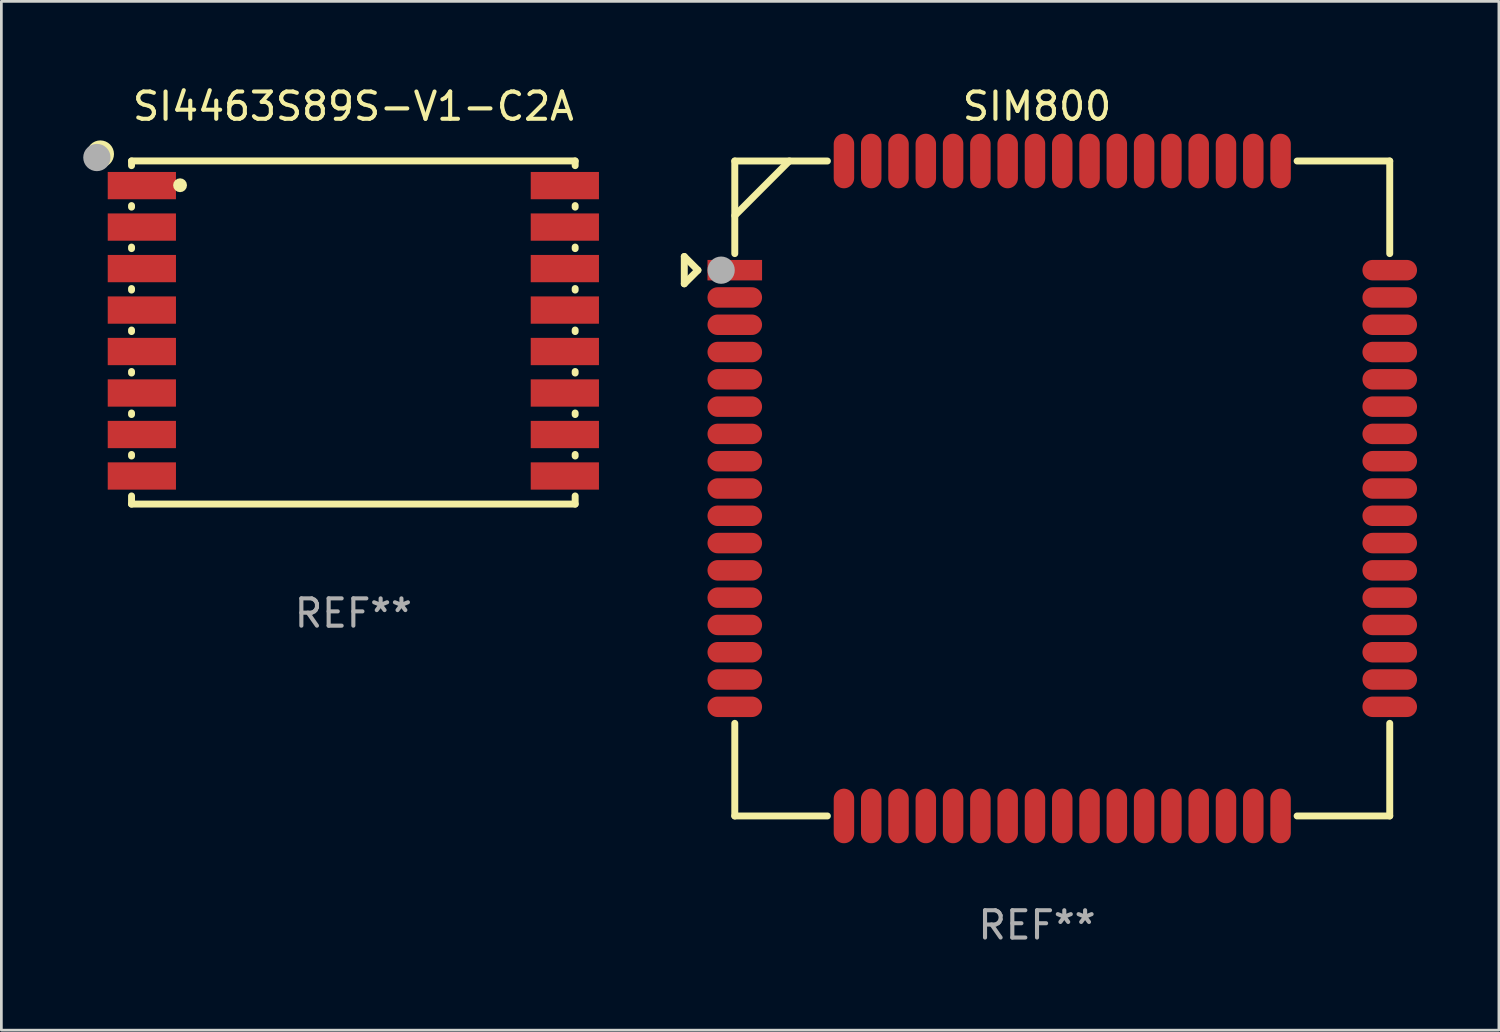
<source format=kicad_pcb>
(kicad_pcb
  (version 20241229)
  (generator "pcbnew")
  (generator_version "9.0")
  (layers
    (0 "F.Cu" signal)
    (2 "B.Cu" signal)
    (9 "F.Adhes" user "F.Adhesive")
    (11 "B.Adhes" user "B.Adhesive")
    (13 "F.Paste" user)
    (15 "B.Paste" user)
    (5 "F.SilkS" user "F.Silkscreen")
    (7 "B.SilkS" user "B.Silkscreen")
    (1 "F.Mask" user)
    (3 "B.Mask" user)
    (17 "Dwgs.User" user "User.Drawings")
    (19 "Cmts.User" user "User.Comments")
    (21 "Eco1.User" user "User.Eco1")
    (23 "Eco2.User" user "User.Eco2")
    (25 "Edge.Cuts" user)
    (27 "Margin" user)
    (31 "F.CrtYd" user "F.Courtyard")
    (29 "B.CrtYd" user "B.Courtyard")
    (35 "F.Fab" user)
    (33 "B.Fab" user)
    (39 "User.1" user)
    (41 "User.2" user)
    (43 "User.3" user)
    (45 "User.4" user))
  (footprint "SI4463S89S-V1-C2A"
    (layer "F.Cu")
    (at 9.898 9.135)
    (property "Reference" "SI4463S89S-V1-C2A" (at 0 -8.287 0) (layer "F.SilkS") (effects (font (size 1 1) (thickness 0.15))))
    (attr through_hole)
    (fp_line (start -8.128 -6.287) (end 8.128 -6.287) (stroke (width 0.254) (type solid)) (layer "F.SilkS"))
    (fp_line (start -8.128 -6.115) (end -8.128 -6.287) (stroke (width 0.254) (type solid)) (layer "F.SilkS"))
    (fp_line (start -8.128 -4.595) (end -8.128 -4.652) (stroke (width 0.254) (type solid)) (layer "F.SilkS"))
    (fp_line (start -8.128 -3.075) (end -8.128 -3.132) (stroke (width 0.254) (type solid)) (layer "F.SilkS"))
    (fp_line (start -8.128 -1.555) (end -8.128 -1.612) (stroke (width 0.254) (type solid)) (layer "F.SilkS"))
    (fp_line (start -8.128 -0.035) (end -8.128 -0.092) (stroke (width 0.254) (type solid)) (layer "F.SilkS"))
    (fp_line (start -8.128 1.485) (end -8.128 1.428) (stroke (width 0.254) (type solid)) (layer "F.SilkS"))
    (fp_line (start -8.128 3.005) (end -8.128 2.948) (stroke (width 0.254) (type solid)) (layer "F.SilkS"))
    (fp_line (start -8.128 4.525) (end -8.128 4.468) (stroke (width 0.254) (type solid)) (layer "F.SilkS"))
    (fp_line (start -8.128 6.287) (end -8.128 5.988) (stroke (width 0.254) (type solid)) (layer "F.SilkS"))
    (fp_line (start 8.128 -6.287) (end 8.128 -6.115) (stroke (width 0.254) (type solid)) (layer "F.SilkS"))
    (fp_line (start 8.128 -4.652) (end 8.128 -4.595) (stroke (width 0.254) (type solid)) (layer "F.SilkS"))
    (fp_line (start 8.128 -3.132) (end 8.128 -3.075) (stroke (width 0.254) (type solid)) (layer "F.SilkS"))
    (fp_line (start 8.128 -1.612) (end 8.128 -1.555) (stroke (width 0.254) (type solid)) (layer "F.SilkS"))
    (fp_line (start 8.128 -0.092) (end 8.128 -0.035) (stroke (width 0.254) (type solid)) (layer "F.SilkS"))
    (fp_line (start 8.128 1.428) (end 8.128 1.485) (stroke (width 0.254) (type solid)) (layer "F.SilkS"))
    (fp_line (start 8.128 2.948) (end 8.128 3.005) (stroke (width 0.254) (type solid)) (layer "F.SilkS"))
    (fp_line (start 8.128 4.468) (end 8.128 4.525) (stroke (width 0.254) (type solid)) (layer "F.SilkS"))
    (fp_line (start 8.128 5.988) (end 8.128 6.287) (stroke (width 0.254) (type solid)) (layer "F.SilkS"))
    (fp_line (start 8.128 6.287) (end -8.128 6.287) (stroke (width 0.254) (type solid)) (layer "F.SilkS"))
    (fp_circle (center -9.271 -6.54) (end -9.021 -6.54) (stroke (width 0.5) (type solid)) (fill no) (layer "F.SilkS"))
    (fp_circle (center -8 -6.313) (end -7.97 -6.313) (stroke (width 0.06) (type solid)) (fill no) (layer "F.SilkS"))
    (fp_circle (center -6.35 -5.397) (end -6.223 -5.397) (stroke (width 0.254) (type solid)) (fill no) (layer "F.SilkS"))
    (fp_circle (center -9.398 -6.413) (end -9.148 -6.413) (stroke (width 0.5) (type solid)) (fill no) (layer "F.Fab"))
    (fp_text user "REF**" (at 0 10.287 0) (layer "F.Fab") (effects (font (size 1 1) (thickness 0.15))))
    (pad "1" smd rect (at -7.75 -5.384) (size 2.5 1) (layers "F.Cu" "F.Mask" "F.Paste"))
    (pad "2" smd rect (at -7.75 -3.864) (size 2.5 1) (layers "F.Cu" "F.Mask" "F.Paste"))
    (pad "3" smd rect (at -7.75 -2.343) (size 2.5 1) (layers "F.Cu" "F.Mask" "F.Paste"))
    (pad "4" smd rect (at -7.75 -0.823) (size 2.5 1) (layers "F.Cu" "F.Mask" "F.Paste"))
    (pad "5" smd rect (at -7.75 0.696) (size 2.5 1) (layers "F.Cu" "F.Mask" "F.Paste"))
    (pad "6" smd rect (at -7.75 2.216) (size 2.5 1) (layers "F.Cu" "F.Mask" "F.Paste"))
    (pad "7" smd rect (at -7.75 3.737) (size 2.5 1) (layers "F.Cu" "F.Mask" "F.Paste"))
    (pad "8" smd rect (at -7.75 5.257) (size 2.5 1) (layers "F.Cu" "F.Mask" "F.Paste"))
    (pad "9" smd rect (at 7.75 5.257) (size 2.5 1) (layers "F.Cu" "F.Mask" "F.Paste"))
    (pad "10" smd rect (at 7.75 3.737) (size 2.5 1) (layers "F.Cu" "F.Mask" "F.Paste"))
    (pad "11" smd rect (at 7.75 2.216) (size 2.5 1) (layers "F.Cu" "F.Mask" "F.Paste"))
    (pad "12" smd rect (at 7.75 0.696) (size 2.5 1) (layers "F.Cu" "F.Mask" "F.Paste"))
    (pad "13" smd rect (at 7.75 -0.823) (size 2.5 1) (layers "F.Cu" "F.Mask" "F.Paste"))
    (pad "14" smd rect (at 7.75 -2.343) (size 2.5 1) (layers "F.Cu" "F.Mask" "F.Paste"))
    (pad "15" smd rect (at 7.75 -3.864) (size 2.5 1) (layers "F.Cu" "F.Mask" "F.Paste"))
    (pad "16" smd rect (at 7.75 -5.384) (size 2.5 1) (layers "F.Cu" "F.Mask" "F.Paste")))
  (footprint "SIM800"
    (layer "F.Cu")
    (at 34.95 14.849)
    (property "Reference" "SIM800" (at 0 -14.001 0) (layer "F.SilkS") (effects (font (size 1 1) (thickness 0.15))))
    (attr through_hole)
    (fp_line (start -12.925 -8.5) (end -12.925 -7.499) (stroke (width 0.254) (type solid)) (layer "F.SilkS"))
    (fp_line (start -12.925 -7.499) (end -12.425 -7.999) (stroke (width 0.254) (type solid)) (layer "F.SilkS"))
    (fp_line (start -12.425 -7.999) (end -12.925 -8.5) (stroke (width 0.254) (type solid)) (layer "F.SilkS"))
    (fp_line (start -11.075 -11.999) (end -7.681 -11.999) (stroke (width 0.254) (type solid)) (layer "F.SilkS"))
    (fp_line (start -11.075 -8.606) (end -11.075 -11.999) (stroke (width 0.254) (type solid)) (layer "F.SilkS"))
    (fp_line (start -11.075 12.001) (end -11.075 8.607) (stroke (width 0.254) (type solid)) (layer "F.SilkS"))
    (fp_line (start -9.075 -12.001) (end -11.074 -9.999) (stroke (width 0.254) (type solid)) (layer "F.SilkS"))
    (fp_line (start -7.681 12.001) (end -11.075 12.001) (stroke (width 0.254) (type solid)) (layer "F.SilkS"))
    (fp_line (start 9.531 -11.999) (end 12.925 -11.999) (stroke (width 0.254) (type solid)) (layer "F.SilkS"))
    (fp_line (start 12.925 -11.999) (end 12.925 -8.606) (stroke (width 0.254) (type solid)) (layer "F.SilkS"))
    (fp_line (start 12.925 8.607) (end 12.925 12.001) (stroke (width 0.254) (type solid)) (layer "F.SilkS"))
    (fp_line (start 12.925 12.001) (end 9.531 12.001) (stroke (width 0.254) (type solid)) (layer "F.SilkS"))
    (fp_circle (center -11.08 -12.003) (end -11.05 -12.003) (stroke (width 0.06) (type solid)) (fill no) (layer "F.SilkS"))
    (fp_circle (center -11.575 -7.999) (end -11.325 -7.999) (stroke (width 0.5) (type solid)) (fill no) (layer "F.Fab"))
    (fp_text user "REF**" (at 0 16.001 0) (layer "F.Fab") (effects (font (size 1 1) (thickness 0.15))))
    (pad "1" smd rect (at -11.075 -7.999) (size 2 0.75) (layers "F.Cu" "F.Mask" "F.Paste"))
    (pad "2" smd oval (at -11.075 -6.999) (size 2 0.75) (layers "F.Cu" "F.Mask" "F.Paste"))
    (pad "3" smd oval (at -11.075 -5.999) (size 2 0.75) (layers "F.Cu" "F.Mask" "F.Paste"))
    (pad "4" smd oval (at -11.075 -4.999) (size 2 0.75) (layers "F.Cu" "F.Mask" "F.Paste"))
    (pad "5" smd oval (at -11.075 -3.999) (size 2 0.75) (layers "F.Cu" "F.Mask" "F.Paste"))
    (pad "6" smd oval (at -11.075 -2.999) (size 2 0.75) (layers "F.Cu" "F.Mask" "F.Paste"))
    (pad "7" smd oval (at -11.075 -1.999) (size 2 0.75) (layers "F.Cu" "F.Mask" "F.Paste"))
    (pad "8" smd oval (at -11.075 -0.999) (size 2 0.75) (layers "F.Cu" "F.Mask" "F.Paste"))
    (pad "9" smd oval (at -11.075 0.001) (size 2 0.75) (layers "F.Cu" "F.Mask" "F.Paste"))
    (pad "10" smd oval (at -11.075 1.001) (size 2 0.75) (layers "F.Cu" "F.Mask" "F.Paste"))
    (pad "11" smd oval (at -11.075 2.001) (size 2 0.75) (layers "F.Cu" "F.Mask" "F.Paste"))
    (pad "12" smd oval (at -11.075 3.001) (size 2 0.75) (layers "F.Cu" "F.Mask" "F.Paste"))
    (pad "13" smd oval (at -11.075 4.001) (size 2 0.75) (layers "F.Cu" "F.Mask" "F.Paste"))
    (pad "14" smd oval (at -11.075 5.001) (size 2 0.75) (layers "F.Cu" "F.Mask" "F.Paste"))
    (pad "15" smd oval (at -11.075 6.001) (size 2 0.75) (layers "F.Cu" "F.Mask" "F.Paste"))
    (pad "16" smd oval (at -11.075 7.001) (size 2 0.75) (layers "F.Cu" "F.Mask" "F.Paste"))
    (pad "17" smd oval (at -11.075 8.001) (size 2 0.75) (layers "F.Cu" "F.Mask" "F.Paste"))
    (pad "18" smd oval (at -7.075 12.001 90) (size 2 0.75) (layers "F.Cu" "F.Mask" "F.Paste"))
    (pad "19" smd oval (at -6.075 12.001 90) (size 2 0.75) (layers "F.Cu" "F.Mask" "F.Paste"))
    (pad "20" smd oval (at -5.075 12.001 90) (size 2 0.75) (layers "F.Cu" "F.Mask" "F.Paste"))
    (pad "21" smd oval (at -4.075 12.001 90) (size 2 0.75) (layers "F.Cu" "F.Mask" "F.Paste"))
    (pad "22" smd oval (at -3.075 12.001 90) (size 2 0.75) (layers "F.Cu" "F.Mask" "F.Paste"))
    (pad "23" smd oval (at -2.075 12.001 90) (size 2 0.75) (layers "F.Cu" "F.Mask" "F.Paste"))
    (pad "24" smd oval (at -1.075 12.001 90) (size 2 0.75) (layers "F.Cu" "F.Mask" "F.Paste"))
    (pad "25" smd oval (at -0.075 12.001 90) (size 2 0.75) (layers "F.Cu" "F.Mask" "F.Paste"))
    (pad "26" smd oval (at 0.925 12.001 90) (size 2 0.75) (layers "F.Cu" "F.Mask" "F.Paste"))
    (pad "27" smd oval (at 1.925 12.001 90) (size 2 0.75) (layers "F.Cu" "F.Mask" "F.Paste"))
    (pad "28" smd oval (at 2.925 12.001 90) (size 2 0.75) (layers "F.Cu" "F.Mask" "F.Paste"))
    (pad "29" smd oval (at 3.925 12.001 90) (size 2 0.75) (layers "F.Cu" "F.Mask" "F.Paste"))
    (pad "30" smd oval (at 4.925 12.001 90) (size 2 0.75) (layers "F.Cu" "F.Mask" "F.Paste"))
    (pad "31" smd oval (at 5.925 12.001 90) (size 2 0.75) (layers "F.Cu" "F.Mask" "F.Paste"))
    (pad "32" smd oval (at 6.925 12.001 90) (size 2 0.75) (layers "F.Cu" "F.Mask" "F.Paste"))
    (pad "33" smd oval (at 7.925 12.001 90) (size 2 0.75) (layers "F.Cu" "F.Mask" "F.Paste"))
    (pad "34" smd oval (at 8.925 12.001 90) (size 2 0.75) (layers "F.Cu" "F.Mask" "F.Paste"))
    (pad "35" smd oval (at 12.925 8.001 180) (size 2 0.75) (layers "F.Cu" "F.Mask" "F.Paste"))
    (pad "36" smd oval (at 12.925 7.001 180) (size 2 0.75) (layers "F.Cu" "F.Mask" "F.Paste"))
    (pad "37" smd oval (at 12.925 6.001 180) (size 2 0.75) (layers "F.Cu" "F.Mask" "F.Paste"))
    (pad "38" smd oval (at 12.925 5.001 180) (size 2 0.75) (layers "F.Cu" "F.Mask" "F.Paste"))
    (pad "39" smd oval (at 12.925 4.001 180) (size 2 0.75) (layers "F.Cu" "F.Mask" "F.Paste"))
    (pad "40" smd oval (at 12.925 3.001 180) (size 2 0.75) (layers "F.Cu" "F.Mask" "F.Paste"))
    (pad "41" smd oval (at 12.925 2.001 180) (size 2 0.75) (layers "F.Cu" "F.Mask" "F.Paste"))
    (pad "42" smd oval (at 12.925 1.001 180) (size 2 0.75) (layers "F.Cu" "F.Mask" "F.Paste"))
    (pad "43" smd oval (at 12.925 0.001 180) (size 2 0.75) (layers "F.Cu" "F.Mask" "F.Paste"))
    (pad "44" smd oval (at 12.925 -0.999 180) (size 2 0.75) (layers "F.Cu" "F.Mask" "F.Paste"))
    (pad "45" smd oval (at 12.925 -1.999 180) (size 2 0.75) (layers "F.Cu" "F.Mask" "F.Paste"))
    (pad "46" smd oval (at 12.925 -2.999 180) (size 2 0.75) (layers "F.Cu" "F.Mask" "F.Paste"))
    (pad "47" smd oval (at 12.925 -3.999 180) (size 2 0.75) (layers "F.Cu" "F.Mask" "F.Paste"))
    (pad "48" smd oval (at 12.925 -4.999 180) (size 2 0.75) (layers "F.Cu" "F.Mask" "F.Paste"))
    (pad "49" smd oval (at 12.925 -5.999 180) (size 2 0.75) (layers "F.Cu" "F.Mask" "F.Paste"))
    (pad "50" smd oval (at 12.925 -6.999 180) (size 2 0.75) (layers "F.Cu" "F.Mask" "F.Paste"))
    (pad "51" smd oval (at 12.925 -7.999 180) (size 2 0.75) (layers "F.Cu" "F.Mask" "F.Paste"))
    (pad "52" smd oval (at 8.925 -11.999 270) (size 2 0.75) (layers "F.Cu" "F.Mask" "F.Paste"))
    (pad "53" smd oval (at 7.925 -11.999 270) (size 2 0.75) (layers "F.Cu" "F.Mask" "F.Paste"))
    (pad "54" smd oval (at 6.925 -11.999 270) (size 2 0.75) (layers "F.Cu" "F.Mask" "F.Paste"))
    (pad "55" smd oval (at 5.925 -11.999 270) (size 2 0.75) (layers "F.Cu" "F.Mask" "F.Paste"))
    (pad "56" smd oval (at 4.925 -11.999 270) (size 2 0.75) (layers "F.Cu" "F.Mask" "F.Paste"))
    (pad "57" smd oval (at 3.925 -11.999 270) (size 2 0.75) (layers "F.Cu" "F.Mask" "F.Paste"))
    (pad "58" smd oval (at 2.925 -11.999 270) (size 2 0.75) (layers "F.Cu" "F.Mask" "F.Paste"))
    (pad "59" smd oval (at 1.925 -11.999 270) (size 2 0.75) (layers "F.Cu" "F.Mask" "F.Paste"))
    (pad "60" smd oval (at 0.925 -11.999 270) (size 2 0.75) (layers "F.Cu" "F.Mask" "F.Paste"))
    (pad "61" smd oval (at -0.075 -11.999 270) (size 2 0.75) (layers "F.Cu" "F.Mask" "F.Paste"))
    (pad "62" smd oval (at -1.075 -11.999 270) (size 2 0.75) (layers "F.Cu" "F.Mask" "F.Paste"))
    (pad "63" smd oval (at -2.075 -11.999 270) (size 2 0.75) (layers "F.Cu" "F.Mask" "F.Paste"))
    (pad "64" smd oval (at -3.075 -11.999 270) (size 2 0.75) (layers "F.Cu" "F.Mask" "F.Paste"))
    (pad "65" smd oval (at -4.075 -11.999 270) (size 2 0.75) (layers "F.Cu" "F.Mask" "F.Paste"))
    (pad "66" smd oval (at -5.075 -11.999 270) (size 2 0.75) (layers "F.Cu" "F.Mask" "F.Paste"))
    (pad "67" smd oval (at -6.075 -11.999 270) (size 2 0.75) (layers "F.Cu" "F.Mask" "F.Paste"))
    (pad "68" smd oval (at -7.075 -11.999 270) (size 2 0.75) (layers "F.Cu" "F.Mask" "F.Paste")))
  (gr_rect
    (start -3 -3)
    (end 51.875 34.698)
    (stroke (width 0.1) (type default))
    (fill no)
    (layer "Edge.Cuts")))
</source>
